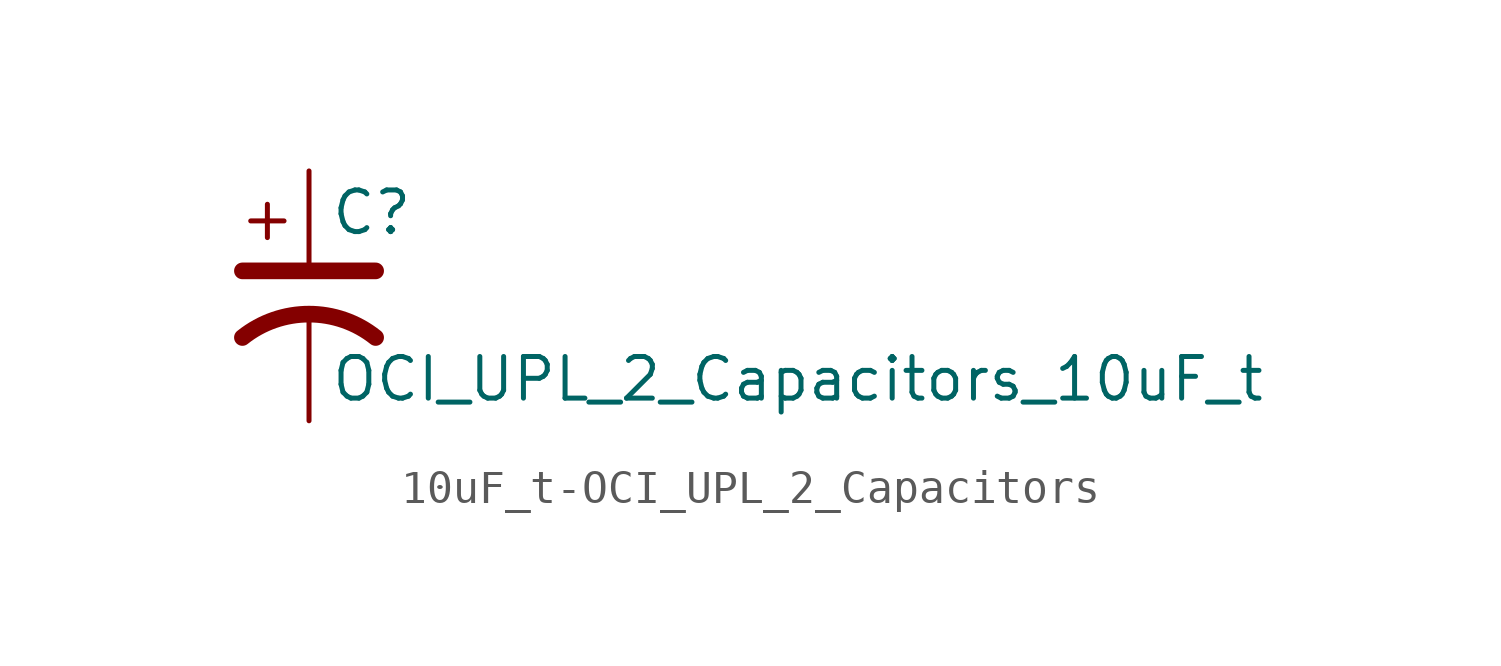
<source format=kicad_sym>
(kicad_symbol_lib
  (version 20220914)
  (generator kicad_symbol_editor)
  (symbol "10uF_t-OCI_UPL_2_Capacitors"
    (pin_numbers hide)
    (pin_names
      (offset 0.254) hide)
    (property "Reference" "C"
      (at 0.635 2.54 0)
      (effects (font (size 1.27 1.27)) (justify left)))
    (property "Value" "OCI_UPL_2_Capacitors_10uF_t"
      (at 0.635 -2.54 0)
      (effects (font (size 1.27 1.27)) (justify left)))
    (symbol "10uF_t-OCI_UPL_2_Capacitors_0_1"
      (polyline (pts (xy -2.032 0.762) (xy 2.032 0.762)) (stroke (width 0.508) (type solid)) (fill (type none)))
      (polyline (pts (xy -1.778 2.286) (xy -0.762 2.286)) (stroke (width 0) (type solid)) (fill (type none)))
      (polyline (pts (xy -1.27 1.778) (xy -1.27 2.794)) (stroke (width 0) (type solid)) (fill (type none)))
      (arc (start 2.032 -1.27) (mid 0 -0.5572) (end -2.032 -1.27) (stroke (width 0.508) (type solid)) (fill (type none))))
    (symbol "10uF_t-OCI_UPL_2_Capacitors_1_1"
      (pin passive line (at 0 3.81 270) (length 2.794) (name "~" (effects (font (size 1.016 1.016)))) (number "1" (effects (font (size 1.016 1.016)))))
      (pin passive line (at 0 -3.81 90) (length 3.302) (name "~" (effects (font (size 1.016 1.016)))) (number "2" (effects (font (size 1.016 1.016))))))))
</source>
